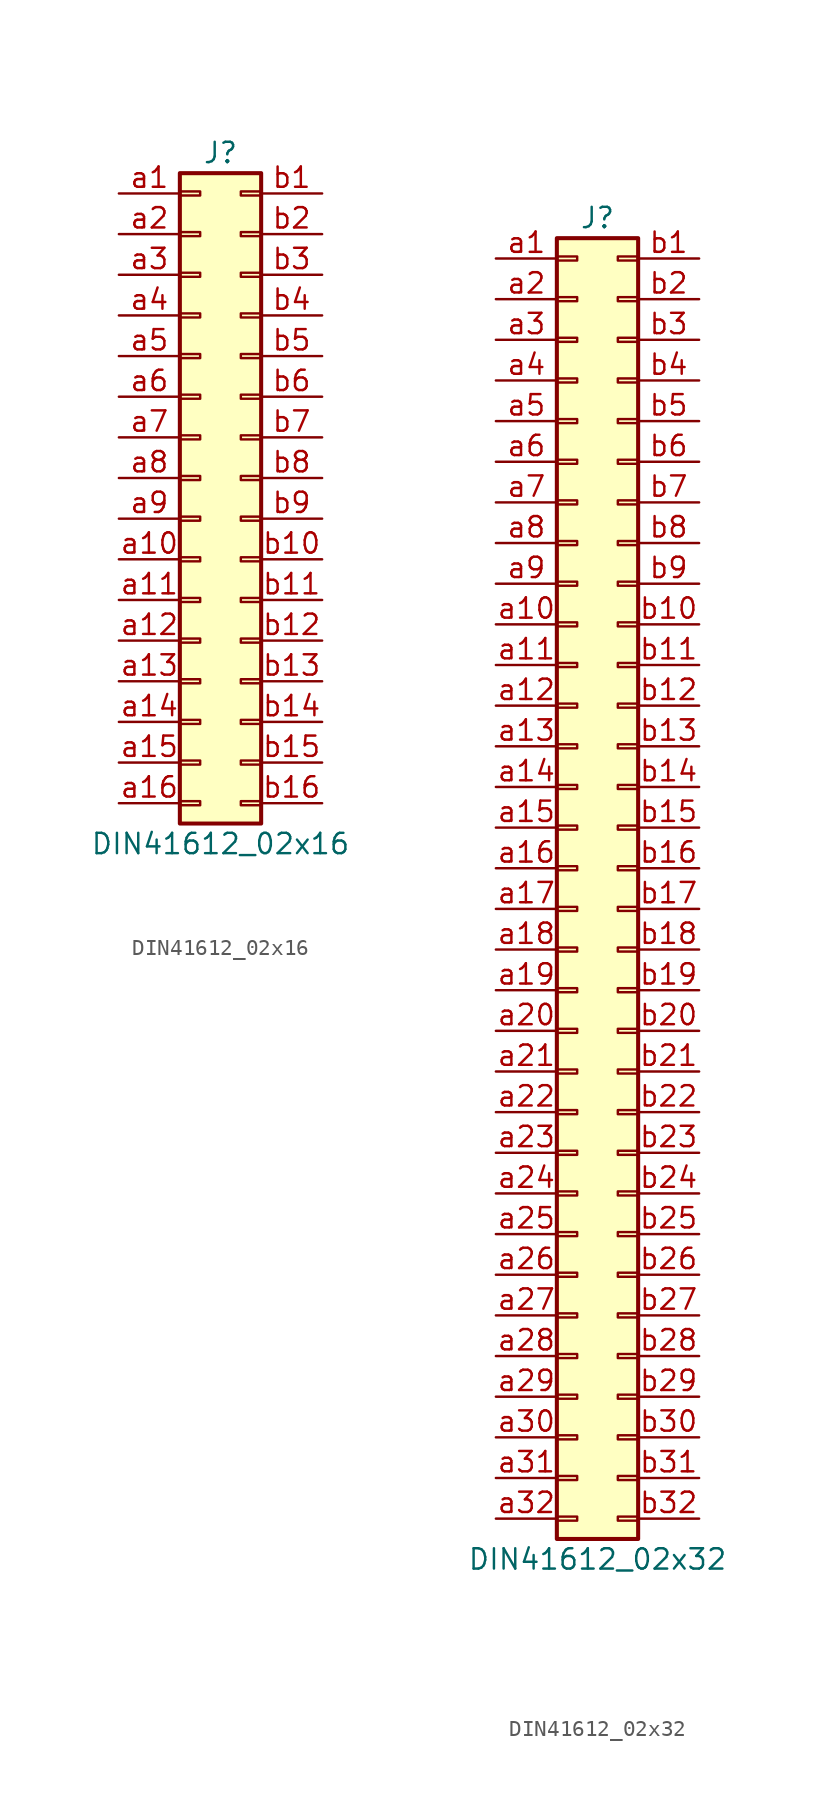
<source format=kicad_sym>
(kicad_symbol_lib
  (version 20241209)
  (generator "kicad_symbol_editor")
  (generator_version "9.0")
  (symbol "DIN41612_02x16"
    (pin_names
      (offset 1.016)
      (hide yes))
    (property "Reference" "J"
      (at 1.27 20.32 0)
      (effects (font (size 1.27 1.27))))
    (property "Value" "DIN41612_02x16"
      (at 1.27 -22.86 0)
      (effects (font (size 1.27 1.27))))
    (symbol "DIN41612_02x16_1_1"
      (rectangle (start -1.27 19.05) (end 3.81 -21.59) (stroke (width 0.254) (type default)) (fill (type background)))
      (rectangle (start -1.27 17.907) (end 0 17.653) (stroke (width 0.152) (type default)) (fill (type none)))
      (rectangle (start -1.27 15.367) (end 0 15.113) (stroke (width 0.152) (type default)) (fill (type none)))
      (rectangle (start -1.27 12.827) (end 0 12.573) (stroke (width 0.152) (type default)) (fill (type none)))
      (rectangle (start -1.27 10.287) (end 0 10.033) (stroke (width 0.152) (type default)) (fill (type none)))
      (rectangle (start -1.27 7.747) (end 0 7.493) (stroke (width 0.152) (type default)) (fill (type none)))
      (rectangle (start -1.27 5.207) (end 0 4.953) (stroke (width 0.152) (type default)) (fill (type none)))
      (rectangle (start -1.27 2.667) (end 0 2.413) (stroke (width 0.152) (type default)) (fill (type none)))
      (rectangle (start -1.27 0.127) (end 0 -0.127) (stroke (width 0.152) (type default)) (fill (type none)))
      (rectangle (start -1.27 -2.413) (end 0 -2.667) (stroke (width 0.152) (type default)) (fill (type none)))
      (rectangle (start -1.27 -4.953) (end 0 -5.207) (stroke (width 0.152) (type default)) (fill (type none)))
      (rectangle (start -1.27 -7.493) (end 0 -7.747) (stroke (width 0.152) (type default)) (fill (type none)))
      (rectangle (start -1.27 -10.033) (end 0 -10.287) (stroke (width 0.152) (type default)) (fill (type none)))
      (rectangle (start -1.27 -12.573) (end 0 -12.827) (stroke (width 0.152) (type default)) (fill (type none)))
      (rectangle (start -1.27 -15.113) (end 0 -15.367) (stroke (width 0.152) (type default)) (fill (type none)))
      (rectangle (start -1.27 -17.653) (end 0 -17.907) (stroke (width 0.152) (type default)) (fill (type none)))
      (rectangle (start -1.27 -20.193) (end 0 -20.447) (stroke (width 0.152) (type default)) (fill (type none)))
      (rectangle (start 3.81 17.907) (end 2.54 17.653) (stroke (width 0.152) (type default)) (fill (type none)))
      (rectangle (start 3.81 15.367) (end 2.54 15.113) (stroke (width 0.152) (type default)) (fill (type none)))
      (rectangle (start 3.81 12.827) (end 2.54 12.573) (stroke (width 0.152) (type default)) (fill (type none)))
      (rectangle (start 3.81 10.287) (end 2.54 10.033) (stroke (width 0.152) (type default)) (fill (type none)))
      (rectangle (start 3.81 7.747) (end 2.54 7.493) (stroke (width 0.152) (type default)) (fill (type none)))
      (rectangle (start 3.81 5.207) (end 2.54 4.953) (stroke (width 0.152) (type default)) (fill (type none)))
      (rectangle (start 3.81 2.667) (end 2.54 2.413) (stroke (width 0.152) (type default)) (fill (type none)))
      (rectangle (start 3.81 0.127) (end 2.54 -0.127) (stroke (width 0.152) (type default)) (fill (type none)))
      (rectangle (start 3.81 -2.413) (end 2.54 -2.667) (stroke (width 0.152) (type default)) (fill (type none)))
      (rectangle (start 3.81 -4.953) (end 2.54 -5.207) (stroke (width 0.152) (type default)) (fill (type none)))
      (rectangle (start 3.81 -7.493) (end 2.54 -7.747) (stroke (width 0.152) (type default)) (fill (type none)))
      (rectangle (start 3.81 -10.033) (end 2.54 -10.287) (stroke (width 0.152) (type default)) (fill (type none)))
      (rectangle (start 3.81 -12.573) (end 2.54 -12.827) (stroke (width 0.152) (type default)) (fill (type none)))
      (rectangle (start 3.81 -15.113) (end 2.54 -15.367) (stroke (width 0.152) (type default)) (fill (type none)))
      (rectangle (start 3.81 -17.653) (end 2.54 -17.907) (stroke (width 0.152) (type default)) (fill (type none)))
      (rectangle (start 3.81 -20.193) (end 2.54 -20.447) (stroke (width 0.152) (type default)) (fill (type none)))
      (pin passive line (at -5.08 17.78 0) (length 3.81) (name "Pin_a1" (effects (font (size 1.27 1.27)))) (number "a1" (effects (font (size 1.27 1.27)))))
      (pin passive line (at -5.08 15.24 0) (length 3.81) (name "Pin_a2" (effects (font (size 1.27 1.27)))) (number "a2" (effects (font (size 1.27 1.27)))))
      (pin passive line (at -5.08 12.7 0) (length 3.81) (name "Pin_a3" (effects (font (size 1.27 1.27)))) (number "a3" (effects (font (size 1.27 1.27)))))
      (pin passive line (at -5.08 10.16 0) (length 3.81) (name "Pin_a4" (effects (font (size 1.27 1.27)))) (number "a4" (effects (font (size 1.27 1.27)))))
      (pin passive line (at -5.08 7.62 0) (length 3.81) (name "Pin_a5" (effects (font (size 1.27 1.27)))) (number "a5" (effects (font (size 1.27 1.27)))))
      (pin passive line (at -5.08 5.08 0) (length 3.81) (name "Pin_a6" (effects (font (size 1.27 1.27)))) (number "a6" (effects (font (size 1.27 1.27)))))
      (pin passive line (at -5.08 2.54 0) (length 3.81) (name "Pin_a7" (effects (font (size 1.27 1.27)))) (number "a7" (effects (font (size 1.27 1.27)))))
      (pin passive line (at -5.08 0 0) (length 3.81) (name "Pin_a8" (effects (font (size 1.27 1.27)))) (number "a8" (effects (font (size 1.27 1.27)))))
      (pin passive line (at -5.08 -2.54 0) (length 3.81) (name "Pin_a9" (effects (font (size 1.27 1.27)))) (number "a9" (effects (font (size 1.27 1.27)))))
      (pin passive line (at -5.08 -5.08 0) (length 3.81) (name "Pin_a10" (effects (font (size 1.27 1.27)))) (number "a10" (effects (font (size 1.27 1.27)))))
      (pin passive line (at -5.08 -7.62 0) (length 3.81) (name "Pin_a11" (effects (font (size 1.27 1.27)))) (number "a11" (effects (font (size 1.27 1.27)))))
      (pin passive line (at -5.08 -10.16 0) (length 3.81) (name "Pin_a12" (effects (font (size 1.27 1.27)))) (number "a12" (effects (font (size 1.27 1.27)))))
      (pin passive line (at -5.08 -12.7 0) (length 3.81) (name "Pin_a13" (effects (font (size 1.27 1.27)))) (number "a13" (effects (font (size 1.27 1.27)))))
      (pin passive line (at -5.08 -15.24 0) (length 3.81) (name "Pin_a14" (effects (font (size 1.27 1.27)))) (number "a14" (effects (font (size 1.27 1.27)))))
      (pin passive line (at -5.08 -17.78 0) (length 3.81) (name "Pin_a15" (effects (font (size 1.27 1.27)))) (number "a15" (effects (font (size 1.27 1.27)))))
      (pin passive line (at -5.08 -20.32 0) (length 3.81) (name "Pin_a16" (effects (font (size 1.27 1.27)))) (number "a16" (effects (font (size 1.27 1.27)))))
      (pin passive line (at 7.62 17.78 180) (length 3.81) (name "Pin_b1" (effects (font (size 1.27 1.27)))) (number "b1" (effects (font (size 1.27 1.27)))))
      (pin passive line (at 7.62 15.24 180) (length 3.81) (name "Pin_b2" (effects (font (size 1.27 1.27)))) (number "b2" (effects (font (size 1.27 1.27)))))
      (pin passive line (at 7.62 12.7 180) (length 3.81) (name "Pin_b3" (effects (font (size 1.27 1.27)))) (number "b3" (effects (font (size 1.27 1.27)))))
      (pin passive line (at 7.62 10.16 180) (length 3.81) (name "Pin_b4" (effects (font (size 1.27 1.27)))) (number "b4" (effects (font (size 1.27 1.27)))))
      (pin passive line (at 7.62 7.62 180) (length 3.81) (name "Pin_b5" (effects (font (size 1.27 1.27)))) (number "b5" (effects (font (size 1.27 1.27)))))
      (pin passive line (at 7.62 5.08 180) (length 3.81) (name "Pin_b6" (effects (font (size 1.27 1.27)))) (number "b6" (effects (font (size 1.27 1.27)))))
      (pin passive line (at 7.62 2.54 180) (length 3.81) (name "Pin_b7" (effects (font (size 1.27 1.27)))) (number "b7" (effects (font (size 1.27 1.27)))))
      (pin passive line (at 7.62 0 180) (length 3.81) (name "Pin_b8" (effects (font (size 1.27 1.27)))) (number "b8" (effects (font (size 1.27 1.27)))))
      (pin passive line (at 7.62 -2.54 180) (length 3.81) (name "Pin_b9" (effects (font (size 1.27 1.27)))) (number "b9" (effects (font (size 1.27 1.27)))))
      (pin passive line (at 7.62 -5.08 180) (length 3.81) (name "Pin_b10" (effects (font (size 1.27 1.27)))) (number "b10" (effects (font (size 1.27 1.27)))))
      (pin passive line (at 7.62 -7.62 180) (length 3.81) (name "Pin_b11" (effects (font (size 1.27 1.27)))) (number "b11" (effects (font (size 1.27 1.27)))))
      (pin passive line (at 7.62 -10.16 180) (length 3.81) (name "Pin_b12" (effects (font (size 1.27 1.27)))) (number "b12" (effects (font (size 1.27 1.27)))))
      (pin passive line (at 7.62 -12.7 180) (length 3.81) (name "Pin_b13" (effects (font (size 1.27 1.27)))) (number "b13" (effects (font (size 1.27 1.27)))))
      (pin passive line (at 7.62 -15.24 180) (length 3.81) (name "Pin_b14" (effects (font (size 1.27 1.27)))) (number "b14" (effects (font (size 1.27 1.27)))))
      (pin passive line (at 7.62 -17.78 180) (length 3.81) (name "Pin_b15" (effects (font (size 1.27 1.27)))) (number "b15" (effects (font (size 1.27 1.27)))))
      (pin passive line (at 7.62 -20.32 180) (length 3.81) (name "Pin_b16" (effects (font (size 1.27 1.27)))) (number "b16" (effects (font (size 1.27 1.27)))))))
  (symbol "DIN41612_02x32"
    (pin_names
      (offset 1.016)
      (hide yes))
    (property "Reference" "J"
      (at 1.27 40.64 0)
      (effects (font (size 1.27 1.27))))
    (property "Value" "DIN41612_02x32"
      (at 1.27 -43.18 0)
      (effects (font (size 1.27 1.27))))
    (symbol "DIN41612_02x32_1_1"
      (rectangle (start -1.27 39.37) (end 3.81 -41.91) (stroke (width 0.254) (type default)) (fill (type background)))
      (rectangle (start -1.27 38.227) (end 0 37.973) (stroke (width 0.152) (type default)) (fill (type none)))
      (rectangle (start -1.27 35.687) (end 0 35.433) (stroke (width 0.152) (type default)) (fill (type none)))
      (rectangle (start -1.27 33.147) (end 0 32.893) (stroke (width 0.152) (type default)) (fill (type none)))
      (rectangle (start -1.27 30.607) (end 0 30.353) (stroke (width 0.152) (type default)) (fill (type none)))
      (rectangle (start -1.27 28.067) (end 0 27.813) (stroke (width 0.152) (type default)) (fill (type none)))
      (rectangle (start -1.27 25.527) (end 0 25.273) (stroke (width 0.152) (type default)) (fill (type none)))
      (rectangle (start -1.27 22.987) (end 0 22.733) (stroke (width 0.152) (type default)) (fill (type none)))
      (rectangle (start -1.27 20.447) (end 0 20.193) (stroke (width 0.152) (type default)) (fill (type none)))
      (rectangle (start -1.27 17.907) (end 0 17.653) (stroke (width 0.152) (type default)) (fill (type none)))
      (rectangle (start -1.27 15.367) (end 0 15.113) (stroke (width 0.152) (type default)) (fill (type none)))
      (rectangle (start -1.27 12.827) (end 0 12.573) (stroke (width 0.152) (type default)) (fill (type none)))
      (rectangle (start -1.27 10.287) (end 0 10.033) (stroke (width 0.152) (type default)) (fill (type none)))
      (rectangle (start -1.27 7.747) (end 0 7.493) (stroke (width 0.152) (type default)) (fill (type none)))
      (rectangle (start -1.27 5.207) (end 0 4.953) (stroke (width 0.152) (type default)) (fill (type none)))
      (rectangle (start -1.27 2.667) (end 0 2.413) (stroke (width 0.152) (type default)) (fill (type none)))
      (rectangle (start -1.27 0.127) (end 0 -0.127) (stroke (width 0.152) (type default)) (fill (type none)))
      (rectangle (start -1.27 -2.413) (end 0 -2.667) (stroke (width 0.152) (type default)) (fill (type none)))
      (rectangle (start -1.27 -4.953) (end 0 -5.207) (stroke (width 0.152) (type default)) (fill (type none)))
      (rectangle (start -1.27 -7.493) (end 0 -7.747) (stroke (width 0.152) (type default)) (fill (type none)))
      (rectangle (start -1.27 -10.033) (end 0 -10.287) (stroke (width 0.152) (type default)) (fill (type none)))
      (rectangle (start -1.27 -12.573) (end 0 -12.827) (stroke (width 0.152) (type default)) (fill (type none)))
      (rectangle (start -1.27 -15.113) (end 0 -15.367) (stroke (width 0.152) (type default)) (fill (type none)))
      (rectangle (start -1.27 -17.653) (end 0 -17.907) (stroke (width 0.152) (type default)) (fill (type none)))
      (rectangle (start -1.27 -20.193) (end 0 -20.447) (stroke (width 0.152) (type default)) (fill (type none)))
      (rectangle (start -1.27 -22.733) (end 0 -22.987) (stroke (width 0.152) (type default)) (fill (type none)))
      (rectangle (start -1.27 -25.273) (end 0 -25.527) (stroke (width 0.152) (type default)) (fill (type none)))
      (rectangle (start -1.27 -27.813) (end 0 -28.067) (stroke (width 0.152) (type default)) (fill (type none)))
      (rectangle (start -1.27 -30.353) (end 0 -30.607) (stroke (width 0.152) (type default)) (fill (type none)))
      (rectangle (start -1.27 -32.893) (end 0 -33.147) (stroke (width 0.152) (type default)) (fill (type none)))
      (rectangle (start -1.27 -35.433) (end 0 -35.687) (stroke (width 0.152) (type default)) (fill (type none)))
      (rectangle (start -1.27 -37.973) (end 0 -38.227) (stroke (width 0.152) (type default)) (fill (type none)))
      (rectangle (start -1.27 -40.513) (end 0 -40.767) (stroke (width 0.152) (type default)) (fill (type none)))
      (rectangle (start 3.81 38.227) (end 2.54 37.973) (stroke (width 0.152) (type default)) (fill (type none)))
      (rectangle (start 3.81 35.687) (end 2.54 35.433) (stroke (width 0.152) (type default)) (fill (type none)))
      (rectangle (start 3.81 33.147) (end 2.54 32.893) (stroke (width 0.152) (type default)) (fill (type none)))
      (rectangle (start 3.81 30.607) (end 2.54 30.353) (stroke (width 0.152) (type default)) (fill (type none)))
      (rectangle (start 3.81 28.067) (end 2.54 27.813) (stroke (width 0.152) (type default)) (fill (type none)))
      (rectangle (start 3.81 25.527) (end 2.54 25.273) (stroke (width 0.152) (type default)) (fill (type none)))
      (rectangle (start 3.81 22.987) (end 2.54 22.733) (stroke (width 0.152) (type default)) (fill (type none)))
      (rectangle (start 3.81 20.447) (end 2.54 20.193) (stroke (width 0.152) (type default)) (fill (type none)))
      (rectangle (start 3.81 17.907) (end 2.54 17.653) (stroke (width 0.152) (type default)) (fill (type none)))
      (rectangle (start 3.81 15.367) (end 2.54 15.113) (stroke (width 0.152) (type default)) (fill (type none)))
      (rectangle (start 3.81 12.827) (end 2.54 12.573) (stroke (width 0.152) (type default)) (fill (type none)))
      (rectangle (start 3.81 10.287) (end 2.54 10.033) (stroke (width 0.152) (type default)) (fill (type none)))
      (rectangle (start 3.81 7.747) (end 2.54 7.493) (stroke (width 0.152) (type default)) (fill (type none)))
      (rectangle (start 3.81 5.207) (end 2.54 4.953) (stroke (width 0.152) (type default)) (fill (type none)))
      (rectangle (start 3.81 2.667) (end 2.54 2.413) (stroke (width 0.152) (type default)) (fill (type none)))
      (rectangle (start 3.81 0.127) (end 2.54 -0.127) (stroke (width 0.152) (type default)) (fill (type none)))
      (rectangle (start 3.81 -2.413) (end 2.54 -2.667) (stroke (width 0.152) (type default)) (fill (type none)))
      (rectangle (start 3.81 -4.953) (end 2.54 -5.207) (stroke (width 0.152) (type default)) (fill (type none)))
      (rectangle (start 3.81 -7.493) (end 2.54 -7.747) (stroke (width 0.152) (type default)) (fill (type none)))
      (rectangle (start 3.81 -10.033) (end 2.54 -10.287) (stroke (width 0.152) (type default)) (fill (type none)))
      (rectangle (start 3.81 -12.573) (end 2.54 -12.827) (stroke (width 0.152) (type default)) (fill (type none)))
      (rectangle (start 3.81 -15.113) (end 2.54 -15.367) (stroke (width 0.152) (type default)) (fill (type none)))
      (rectangle (start 3.81 -17.653) (end 2.54 -17.907) (stroke (width 0.152) (type default)) (fill (type none)))
      (rectangle (start 3.81 -20.193) (end 2.54 -20.447) (stroke (width 0.152) (type default)) (fill (type none)))
      (rectangle (start 3.81 -22.733) (end 2.54 -22.987) (stroke (width 0.152) (type default)) (fill (type none)))
      (rectangle (start 3.81 -25.273) (end 2.54 -25.527) (stroke (width 0.152) (type default)) (fill (type none)))
      (rectangle (start 3.81 -27.813) (end 2.54 -28.067) (stroke (width 0.152) (type default)) (fill (type none)))
      (rectangle (start 3.81 -30.353) (end 2.54 -30.607) (stroke (width 0.152) (type default)) (fill (type none)))
      (rectangle (start 3.81 -32.893) (end 2.54 -33.147) (stroke (width 0.152) (type default)) (fill (type none)))
      (rectangle (start 3.81 -35.433) (end 2.54 -35.687) (stroke (width 0.152) (type default)) (fill (type none)))
      (rectangle (start 3.81 -37.973) (end 2.54 -38.227) (stroke (width 0.152) (type default)) (fill (type none)))
      (rectangle (start 3.81 -40.513) (end 2.54 -40.767) (stroke (width 0.152) (type default)) (fill (type none)))
      (pin passive line (at -5.08 38.1 0) (length 3.81) (name "Pin_a1" (effects (font (size 1.27 1.27)))) (number "a1" (effects (font (size 1.27 1.27)))))
      (pin passive line (at -5.08 35.56 0) (length 3.81) (name "Pin_a2" (effects (font (size 1.27 1.27)))) (number "a2" (effects (font (size 1.27 1.27)))))
      (pin passive line (at -5.08 33.02 0) (length 3.81) (name "Pin_a3" (effects (font (size 1.27 1.27)))) (number "a3" (effects (font (size 1.27 1.27)))))
      (pin passive line (at -5.08 30.48 0) (length 3.81) (name "Pin_a4" (effects (font (size 1.27 1.27)))) (number "a4" (effects (font (size 1.27 1.27)))))
      (pin passive line (at -5.08 27.94 0) (length 3.81) (name "Pin_a5" (effects (font (size 1.27 1.27)))) (number "a5" (effects (font (size 1.27 1.27)))))
      (pin passive line (at -5.08 25.4 0) (length 3.81) (name "Pin_a6" (effects (font (size 1.27 1.27)))) (number "a6" (effects (font (size 1.27 1.27)))))
      (pin passive line (at -5.08 22.86 0) (length 3.81) (name "Pin_a7" (effects (font (size 1.27 1.27)))) (number "a7" (effects (font (size 1.27 1.27)))))
      (pin passive line (at -5.08 20.32 0) (length 3.81) (name "Pin_a8" (effects (font (size 1.27 1.27)))) (number "a8" (effects (font (size 1.27 1.27)))))
      (pin passive line (at -5.08 17.78 0) (length 3.81) (name "Pin_a9" (effects (font (size 1.27 1.27)))) (number "a9" (effects (font (size 1.27 1.27)))))
      (pin passive line (at -5.08 15.24 0) (length 3.81) (name "Pin_a10" (effects (font (size 1.27 1.27)))) (number "a10" (effects (font (size 1.27 1.27)))))
      (pin passive line (at -5.08 12.7 0) (length 3.81) (name "Pin_a11" (effects (font (size 1.27 1.27)))) (number "a11" (effects (font (size 1.27 1.27)))))
      (pin passive line (at -5.08 10.16 0) (length 3.81) (name "Pin_a12" (effects (font (size 1.27 1.27)))) (number "a12" (effects (font (size 1.27 1.27)))))
      (pin passive line (at -5.08 7.62 0) (length 3.81) (name "Pin_a13" (effects (font (size 1.27 1.27)))) (number "a13" (effects (font (size 1.27 1.27)))))
      (pin passive line (at -5.08 5.08 0) (length 3.81) (name "Pin_a14" (effects (font (size 1.27 1.27)))) (number "a14" (effects (font (size 1.27 1.27)))))
      (pin passive line (at -5.08 2.54 0) (length 3.81) (name "Pin_a15" (effects (font (size 1.27 1.27)))) (number "a15" (effects (font (size 1.27 1.27)))))
      (pin passive line (at -5.08 0 0) (length 3.81) (name "Pin_a16" (effects (font (size 1.27 1.27)))) (number "a16" (effects (font (size 1.27 1.27)))))
      (pin passive line (at -5.08 -2.54 0) (length 3.81) (name "Pin_a17" (effects (font (size 1.27 1.27)))) (number "a17" (effects (font (size 1.27 1.27)))))
      (pin passive line (at -5.08 -5.08 0) (length 3.81) (name "Pin_a18" (effects (font (size 1.27 1.27)))) (number "a18" (effects (font (size 1.27 1.27)))))
      (pin passive line (at -5.08 -7.62 0) (length 3.81) (name "Pin_a19" (effects (font (size 1.27 1.27)))) (number "a19" (effects (font (size 1.27 1.27)))))
      (pin passive line (at -5.08 -10.16 0) (length 3.81) (name "Pin_a20" (effects (font (size 1.27 1.27)))) (number "a20" (effects (font (size 1.27 1.27)))))
      (pin passive line (at -5.08 -12.7 0) (length 3.81) (name "Pin_a21" (effects (font (size 1.27 1.27)))) (number "a21" (effects (font (size 1.27 1.27)))))
      (pin passive line (at -5.08 -15.24 0) (length 3.81) (name "Pin_a22" (effects (font (size 1.27 1.27)))) (number "a22" (effects (font (size 1.27 1.27)))))
      (pin passive line (at -5.08 -17.78 0) (length 3.81) (name "Pin_a23" (effects (font (size 1.27 1.27)))) (number "a23" (effects (font (size 1.27 1.27)))))
      (pin passive line (at -5.08 -20.32 0) (length 3.81) (name "Pin_a24" (effects (font (size 1.27 1.27)))) (number "a24" (effects (font (size 1.27 1.27)))))
      (pin passive line (at -5.08 -22.86 0) (length 3.81) (name "Pin_a25" (effects (font (size 1.27 1.27)))) (number "a25" (effects (font (size 1.27 1.27)))))
      (pin passive line (at -5.08 -25.4 0) (length 3.81) (name "Pin_a26" (effects (font (size 1.27 1.27)))) (number "a26" (effects (font (size 1.27 1.27)))))
      (pin passive line (at -5.08 -27.94 0) (length 3.81) (name "Pin_a27" (effects (font (size 1.27 1.27)))) (number "a27" (effects (font (size 1.27 1.27)))))
      (pin passive line (at -5.08 -30.48 0) (length 3.81) (name "Pin_a28" (effects (font (size 1.27 1.27)))) (number "a28" (effects (font (size 1.27 1.27)))))
      (pin passive line (at -5.08 -33.02 0) (length 3.81) (name "Pin_a29" (effects (font (size 1.27 1.27)))) (number "a29" (effects (font (size 1.27 1.27)))))
      (pin passive line (at -5.08 -35.56 0) (length 3.81) (name "Pin_a30" (effects (font (size 1.27 1.27)))) (number "a30" (effects (font (size 1.27 1.27)))))
      (pin passive line (at -5.08 -38.1 0) (length 3.81) (name "Pin_a31" (effects (font (size 1.27 1.27)))) (number "a31" (effects (font (size 1.27 1.27)))))
      (pin passive line (at -5.08 -40.64 0) (length 3.81) (name "Pin_a32" (effects (font (size 1.27 1.27)))) (number "a32" (effects (font (size 1.27 1.27)))))
      (pin passive line (at 7.62 38.1 180) (length 3.81) (name "Pin_b1" (effects (font (size 1.27 1.27)))) (number "b1" (effects (font (size 1.27 1.27)))))
      (pin passive line (at 7.62 35.56 180) (length 3.81) (name "Pin_b2" (effects (font (size 1.27 1.27)))) (number "b2" (effects (font (size 1.27 1.27)))))
      (pin passive line (at 7.62 33.02 180) (length 3.81) (name "Pin_b3" (effects (font (size 1.27 1.27)))) (number "b3" (effects (font (size 1.27 1.27)))))
      (pin passive line (at 7.62 30.48 180) (length 3.81) (name "Pin_b4" (effects (font (size 1.27 1.27)))) (number "b4" (effects (font (size 1.27 1.27)))))
      (pin passive line (at 7.62 27.94 180) (length 3.81) (name "Pin_b5" (effects (font (size 1.27 1.27)))) (number "b5" (effects (font (size 1.27 1.27)))))
      (pin passive line (at 7.62 25.4 180) (length 3.81) (name "Pin_b6" (effects (font (size 1.27 1.27)))) (number "b6" (effects (font (size 1.27 1.27)))))
      (pin passive line (at 7.62 22.86 180) (length 3.81) (name "Pin_b7" (effects (font (size 1.27 1.27)))) (number "b7" (effects (font (size 1.27 1.27)))))
      (pin passive line (at 7.62 20.32 180) (length 3.81) (name "Pin_b8" (effects (font (size 1.27 1.27)))) (number "b8" (effects (font (size 1.27 1.27)))))
      (pin passive line (at 7.62 17.78 180) (length 3.81) (name "Pin_b9" (effects (font (size 1.27 1.27)))) (number "b9" (effects (font (size 1.27 1.27)))))
      (pin passive line (at 7.62 15.24 180) (length 3.81) (name "Pin_b10" (effects (font (size 1.27 1.27)))) (number "b10" (effects (font (size 1.27 1.27)))))
      (pin passive line (at 7.62 12.7 180) (length 3.81) (name "Pin_b11" (effects (font (size 1.27 1.27)))) (number "b11" (effects (font (size 1.27 1.27)))))
      (pin passive line (at 7.62 10.16 180) (length 3.81) (name "Pin_b12" (effects (font (size 1.27 1.27)))) (number "b12" (effects (font (size 1.27 1.27)))))
      (pin passive line (at 7.62 7.62 180) (length 3.81) (name "Pin_b13" (effects (font (size 1.27 1.27)))) (number "b13" (effects (font (size 1.27 1.27)))))
      (pin passive line (at 7.62 5.08 180) (length 3.81) (name "Pin_b14" (effects (font (size 1.27 1.27)))) (number "b14" (effects (font (size 1.27 1.27)))))
      (pin passive line (at 7.62 2.54 180) (length 3.81) (name "Pin_b15" (effects (font (size 1.27 1.27)))) (number "b15" (effects (font (size 1.27 1.27)))))
      (pin passive line (at 7.62 0 180) (length 3.81) (name "Pin_b16" (effects (font (size 1.27 1.27)))) (number "b16" (effects (font (size 1.27 1.27)))))
      (pin passive line (at 7.62 -2.54 180) (length 3.81) (name "Pin_b17" (effects (font (size 1.27 1.27)))) (number "b17" (effects (font (size 1.27 1.27)))))
      (pin passive line (at 7.62 -5.08 180) (length 3.81) (name "Pin_b18" (effects (font (size 1.27 1.27)))) (number "b18" (effects (font (size 1.27 1.27)))))
      (pin passive line (at 7.62 -7.62 180) (length 3.81) (name "Pin_b19" (effects (font (size 1.27 1.27)))) (number "b19" (effects (font (size 1.27 1.27)))))
      (pin passive line (at 7.62 -10.16 180) (length 3.81) (name "Pin_b20" (effects (font (size 1.27 1.27)))) (number "b20" (effects (font (size 1.27 1.27)))))
      (pin passive line (at 7.62 -12.7 180) (length 3.81) (name "Pin_b21" (effects (font (size 1.27 1.27)))) (number "b21" (effects (font (size 1.27 1.27)))))
      (pin passive line (at 7.62 -15.24 180) (length 3.81) (name "Pin_b22" (effects (font (size 1.27 1.27)))) (number "b22" (effects (font (size 1.27 1.27)))))
      (pin passive line (at 7.62 -17.78 180) (length 3.81) (name "Pin_b23" (effects (font (size 1.27 1.27)))) (number "b23" (effects (font (size 1.27 1.27)))))
      (pin passive line (at 7.62 -20.32 180) (length 3.81) (name "Pin_b24" (effects (font (size 1.27 1.27)))) (number "b24" (effects (font (size 1.27 1.27)))))
      (pin passive line (at 7.62 -22.86 180) (length 3.81) (name "Pin_b25" (effects (font (size 1.27 1.27)))) (number "b25" (effects (font (size 1.27 1.27)))))
      (pin passive line (at 7.62 -25.4 180) (length 3.81) (name "Pin_b26" (effects (font (size 1.27 1.27)))) (number "b26" (effects (font (size 1.27 1.27)))))
      (pin passive line (at 7.62 -27.94 180) (length 3.81) (name "Pin_b27" (effects (font (size 1.27 1.27)))) (number "b27" (effects (font (size 1.27 1.27)))))
      (pin passive line (at 7.62 -30.48 180) (length 3.81) (name "Pin_b28" (effects (font (size 1.27 1.27)))) (number "b28" (effects (font (size 1.27 1.27)))))
      (pin passive line (at 7.62 -33.02 180) (length 3.81) (name "Pin_b29" (effects (font (size 1.27 1.27)))) (number "b29" (effects (font (size 1.27 1.27)))))
      (pin passive line (at 7.62 -35.56 180) (length 3.81) (name "Pin_b30" (effects (font (size 1.27 1.27)))) (number "b30" (effects (font (size 1.27 1.27)))))
      (pin passive line (at 7.62 -38.1 180) (length 3.81) (name "Pin_b31" (effects (font (size 1.27 1.27)))) (number "b31" (effects (font (size 1.27 1.27)))))
      (pin passive line (at 7.62 -40.64 180) (length 3.81) (name "Pin_b32" (effects (font (size 1.27 1.27)))) (number "b32" (effects (font (size 1.27 1.27))))))))
</source>
